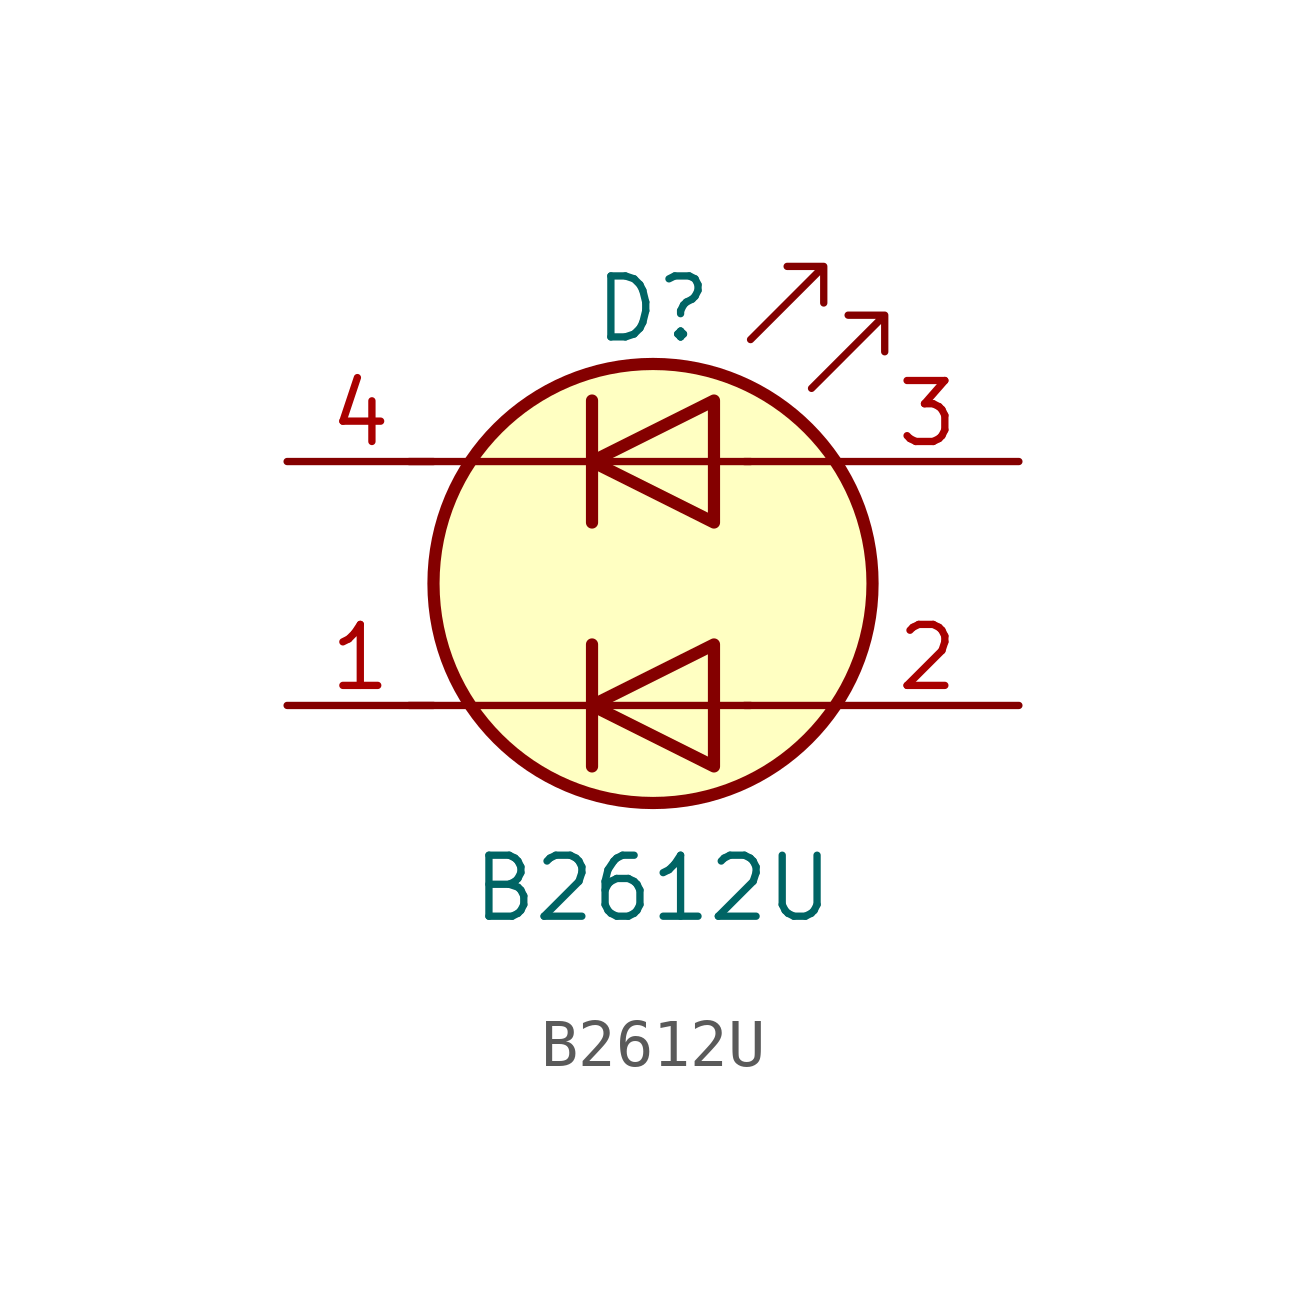
<source format=kicad_sym>
(kicad_symbol_lib
  (version 20220914)
  (generator kicad_symbol_editor)
  (symbol "B2612U"
    (pin_names
      (offset 0) hide)
    (property "Reference" "D"
      (at 0 5.715 0)
      (effects (font (size 1.27 1.27))))
    (property "Value" "B2612U"
      (at 0 -6.35 0)
      (effects (font (size 1.27 1.27))))
    (symbol "B2612U_0_1"
      (polyline (pts (xy -5.08 -2.54) (xy 2.032 -2.54)) (stroke (width 0) (type default)) (fill (type none)))
      (polyline (pts (xy -5.08 2.54) (xy 2.032 2.54)) (stroke (width 0) (type default)) (fill (type none)))
      (polyline (pts (xy -1.27 -1.27) (xy -1.27 -3.81)) (stroke (width 0.254) (type default)) (fill (type none)))
      (polyline (pts (xy -1.27 3.81) (xy -1.27 1.27)) (stroke (width 0.254) (type default)) (fill (type none)))
      (polyline (pts (xy 3.81 -2.54) (xy 1.905 -2.54)) (stroke (width 0) (type default)) (fill (type none)))
      (polyline (pts (xy 3.81 2.54) (xy 1.905 2.54)) (stroke (width 0) (type default)) (fill (type none)))
      (polyline (pts (xy 1.27 -1.27) (xy 1.27 -3.81) (xy -1.27 -2.54) (xy 1.27 -1.27)) (stroke (width 0.254) (type default)) (fill (type none)))
      (polyline (pts (xy 1.27 3.81) (xy 1.27 1.27) (xy -1.27 2.54) (xy 1.27 3.81)) (stroke (width 0.254) (type default)) (fill (type none)))
      (polyline (pts (xy 2.032 5.08) (xy 3.556 6.604) (xy 2.794 6.604) (xy 3.556 6.604) (xy 3.556 5.842)) (stroke (width 0) (type default)) (fill (type none)))
      (polyline (pts (xy 3.302 4.064) (xy 4.826 5.588) (xy 4.064 5.588) (xy 4.826 5.588) (xy 4.826 4.826)) (stroke (width 0) (type default)) (fill (type none)))
      (circle (center 0 0) (radius 4.572) (stroke (width 0.254) (type default)) (fill (type background))))
    (symbol "B2612U_1_1"
      (pin input line (at -7.62 -2.54 0) (length 3.048) (name "K1" (effects (font (size 1.27 1.27)))) (number "1" (effects (font (size 1.27 1.27)))))
      (pin input line (at 7.62 -2.54 180) (length 3.81) (name "A1" (effects (font (size 1.27 1.27)))) (number "2" (effects (font (size 1.27 1.27)))))
      (pin input line (at 7.62 2.54 180) (length 3.81) (name "A2" (effects (font (size 1.27 1.27)))) (number "3" (effects (font (size 1.27 1.27)))))
      (pin input line (at -7.62 2.54 0) (length 3.048) (name "K2" (effects (font (size 1.27 1.27)))) (number "4" (effects (font (size 1.27 1.27))))))))
</source>
